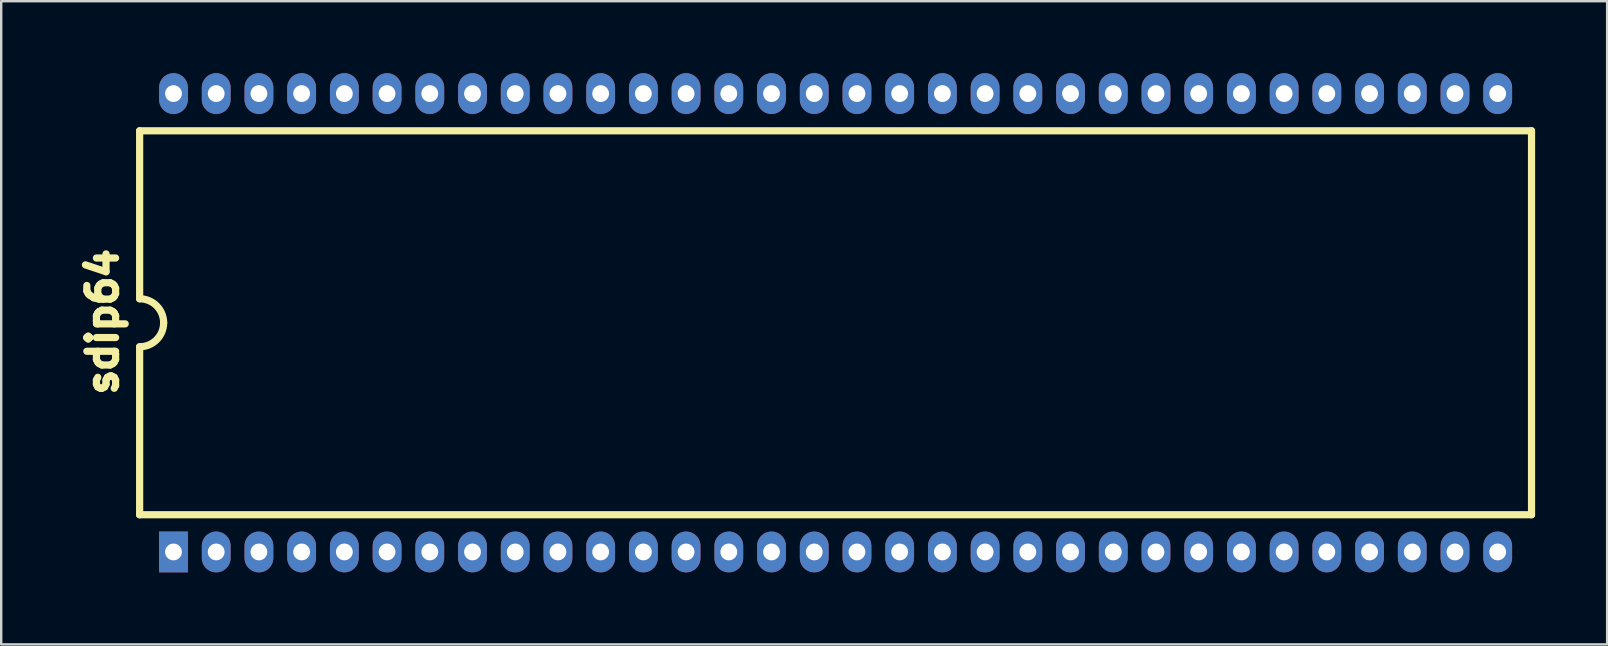
<source format=kicad_pcb>
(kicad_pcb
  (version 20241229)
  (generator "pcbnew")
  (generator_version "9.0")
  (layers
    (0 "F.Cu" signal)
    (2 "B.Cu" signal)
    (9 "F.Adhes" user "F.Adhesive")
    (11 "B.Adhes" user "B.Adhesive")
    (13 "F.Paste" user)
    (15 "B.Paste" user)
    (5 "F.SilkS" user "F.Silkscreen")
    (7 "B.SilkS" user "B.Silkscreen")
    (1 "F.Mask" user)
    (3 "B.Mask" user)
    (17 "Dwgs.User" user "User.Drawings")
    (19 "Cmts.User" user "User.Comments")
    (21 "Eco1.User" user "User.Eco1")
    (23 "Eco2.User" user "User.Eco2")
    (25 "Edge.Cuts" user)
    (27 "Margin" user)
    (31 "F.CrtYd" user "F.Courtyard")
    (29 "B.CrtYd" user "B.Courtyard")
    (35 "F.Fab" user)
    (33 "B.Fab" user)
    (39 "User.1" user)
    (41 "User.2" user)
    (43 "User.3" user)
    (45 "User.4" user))
  (footprint "sdip64"
    (layer "F.Cu")
    (at 31.769 10.4)
    (property "Reference" "sdip64" (at -30.541 -0.041 90) (layer "F.SilkS") (effects (font (size 1.2 1.2) (thickness 0.3))))
    (attr through_hole)
    (fp_line (start -29 -8) (end -29 -1) (stroke (width 0.3) (type solid)) (layer "F.SilkS"))
    (fp_line (start -29 1) (end -29 8) (stroke (width 0.3) (type solid)) (layer "F.SilkS"))
    (fp_line (start -29 8) (end 29 8) (stroke (width 0.3) (type solid)) (layer "F.SilkS"))
    (fp_line (start 29 -8) (end -29 -8) (stroke (width 0.3) (type solid)) (layer "F.SilkS"))
    (fp_line (start 29 8) (end 29 -8) (stroke (width 0.3) (type solid)) (layer "F.SilkS"))
    (fp_arc (start -29 -1) (mid -28.292893 -0.707107) (end -28 0) (stroke (width 0.3) (type solid)) (layer "F.SilkS"))
    (fp_arc (start -28 0) (mid -28.292893 0.707107) (end -29 1) (stroke (width 0.3) (type solid)) (layer "F.SilkS"))
    (pad "1" thru_hole rect (at -27.59 9.55) (size 1.2 1.7) (drill 0.7) (layers "*.Cu" "*.Mask"))
    (pad "2" thru_hole oval (at -25.81 9.55) (size 1.2 1.7) (drill 0.7) (layers "*.Cu" "*.Mask"))
    (pad "3" thru_hole oval (at -24.03 9.55) (size 1.2 1.7) (drill 0.7) (layers "*.Cu" "*.Mask"))
    (pad "4" thru_hole oval (at -22.25 9.55) (size 1.2 1.7) (drill 0.7) (layers "*.Cu" "*.Mask"))
    (pad "5" thru_hole oval (at -20.47 9.55) (size 1.2 1.7) (drill 0.7) (layers "*.Cu" "*.Mask"))
    (pad "6" thru_hole oval (at -18.69 9.55) (size 1.2 1.7) (drill 0.7) (layers "*.Cu" "*.Mask"))
    (pad "7" thru_hole oval (at -16.91 9.55) (size 1.2 1.7) (drill 0.7) (layers "*.Cu" "*.Mask"))
    (pad "8" thru_hole oval (at -15.13 9.55) (size 1.2 1.7) (drill 0.7) (layers "*.Cu" "*.Mask"))
    (pad "9" thru_hole oval (at -13.35 9.55) (size 1.2 1.7) (drill 0.7) (layers "*.Cu" "*.Mask"))
    (pad "10" thru_hole oval (at -11.57 9.55) (size 1.2 1.7) (drill 0.7) (layers "*.Cu" "*.Mask"))
    (pad "11" thru_hole oval (at -9.79 9.55) (size 1.2 1.7) (drill 0.7) (layers "*.Cu" "*.Mask"))
    (pad "12" thru_hole oval (at -8.01 9.55) (size 1.2 1.7) (drill 0.7) (layers "*.Cu" "*.Mask"))
    (pad "13" thru_hole oval (at -6.23 9.55) (size 1.2 1.7) (drill 0.7) (layers "*.Cu" "*.Mask"))
    (pad "14" thru_hole oval (at -4.45 9.55) (size 1.2 1.7) (drill 0.7) (layers "*.Cu" "*.Mask"))
    (pad "15" thru_hole oval (at -2.67 9.55) (size 1.2 1.7) (drill 0.7) (layers "*.Cu" "*.Mask"))
    (pad "16" thru_hole oval (at -0.89 9.55) (size 1.2 1.7) (drill 0.7) (layers "*.Cu" "*.Mask"))
    (pad "17" thru_hole oval (at 0.89 9.55) (size 1.2 1.7) (drill 0.7) (layers "*.Cu" "*.Mask"))
    (pad "18" thru_hole oval (at 2.67 9.55) (size 1.2 1.7) (drill 0.7) (layers "*.Cu" "*.Mask"))
    (pad "19" thru_hole oval (at 4.45 9.55) (size 1.2 1.7) (drill 0.7) (layers "*.Cu" "*.Mask"))
    (pad "20" thru_hole oval (at 6.23 9.55) (size 1.2 1.7) (drill 0.7) (layers "*.Cu" "*.Mask"))
    (pad "21" thru_hole oval (at 8.01 9.55) (size 1.2 1.7) (drill 0.7) (layers "*.Cu" "*.Mask"))
    (pad "22" thru_hole oval (at 9.79 9.55) (size 1.2 1.7) (drill 0.7) (layers "*.Cu" "*.Mask"))
    (pad "23" thru_hole oval (at 11.57 9.55) (size 1.2 1.7) (drill 0.7) (layers "*.Cu" "*.Mask"))
    (pad "24" thru_hole oval (at 13.35 9.55) (size 1.2 1.7) (drill 0.7) (layers "*.Cu" "*.Mask"))
    (pad "25" thru_hole oval (at 15.13 9.55) (size 1.2 1.7) (drill 0.7) (layers "*.Cu" "*.Mask"))
    (pad "26" thru_hole oval (at 16.91 9.55) (size 1.2 1.7) (drill 0.7) (layers "*.Cu" "*.Mask"))
    (pad "27" thru_hole oval (at 18.69 9.55) (size 1.2 1.7) (drill 0.7) (layers "*.Cu" "*.Mask"))
    (pad "28" thru_hole oval (at 20.47 9.55) (size 1.2 1.7) (drill 0.7) (layers "*.Cu" "*.Mask"))
    (pad "29" thru_hole oval (at 22.25 9.55) (size 1.2 1.7) (drill 0.7) (layers "*.Cu" "*.Mask"))
    (pad "30" thru_hole oval (at 24.03 9.55) (size 1.2 1.7) (drill 0.7) (layers "*.Cu" "*.Mask"))
    (pad "31" thru_hole oval (at 25.81 9.55) (size 1.2 1.7) (drill 0.7) (layers "*.Cu" "*.Mask"))
    (pad "32" thru_hole oval (at 27.59 9.55) (size 1.2 1.7) (drill 0.7) (layers "*.Cu" "*.Mask"))
    (pad "33" thru_hole oval (at 27.59 -9.55) (size 1.2 1.7) (drill 0.7) (layers "*.Cu" "*.Mask"))
    (pad "34" thru_hole oval (at 25.81 -9.55) (size 1.2 1.7) (drill 0.7) (layers "*.Cu" "*.Mask"))
    (pad "35" thru_hole oval (at 24.03 -9.55) (size 1.2 1.7) (drill 0.7) (layers "*.Cu" "*.Mask"))
    (pad "36" thru_hole oval (at 22.25 -9.55) (size 1.2 1.7) (drill 0.7) (layers "*.Cu" "*.Mask"))
    (pad "37" thru_hole oval (at 20.47 -9.55) (size 1.2 1.7) (drill 0.7) (layers "*.Cu" "*.Mask"))
    (pad "38" thru_hole oval (at 18.69 -9.55) (size 1.2 1.7) (drill 0.7) (layers "*.Cu" "*.Mask"))
    (pad "39" thru_hole oval (at 16.91 -9.55) (size 1.2 1.7) (drill 0.7) (layers "*.Cu" "*.Mask"))
    (pad "40" thru_hole oval (at 15.13 -9.55) (size 1.2 1.7) (drill 0.7) (layers "*.Cu" "*.Mask"))
    (pad "41" thru_hole oval (at 13.35 -9.55) (size 1.2 1.7) (drill 0.7) (layers "*.Cu" "*.Mask"))
    (pad "42" thru_hole oval (at 11.57 -9.55) (size 1.2 1.7) (drill 0.7) (layers "*.Cu" "*.Mask"))
    (pad "43" thru_hole oval (at 9.79 -9.55) (size 1.2 1.7) (drill 0.7) (layers "*.Cu" "*.Mask"))
    (pad "44" thru_hole oval (at 8.01 -9.55) (size 1.2 1.7) (drill 0.7) (layers "*.Cu" "*.Mask"))
    (pad "45" thru_hole oval (at 6.23 -9.55) (size 1.2 1.7) (drill 0.7) (layers "*.Cu" "*.Mask"))
    (pad "46" thru_hole oval (at 4.45 -9.55) (size 1.2 1.7) (drill 0.7) (layers "*.Cu" "*.Mask"))
    (pad "47" thru_hole oval (at 2.67 -9.55) (size 1.2 1.7) (drill 0.7) (layers "*.Cu" "*.Mask"))
    (pad "48" thru_hole oval (at 0.89 -9.55) (size 1.2 1.7) (drill 0.7) (layers "*.Cu" "*.Mask"))
    (pad "49" thru_hole oval (at -0.89 -9.55) (size 1.2 1.7) (drill 0.7) (layers "*.Cu" "*.Mask"))
    (pad "50" thru_hole oval (at -2.67 -9.55) (size 1.2 1.7) (drill 0.7) (layers "*.Cu" "*.Mask"))
    (pad "51" thru_hole oval (at -4.45 -9.55) (size 1.2 1.7) (drill 0.7) (layers "*.Cu" "*.Mask"))
    (pad "52" thru_hole oval (at -6.23 -9.55) (size 1.2 1.7) (drill 0.7) (layers "*.Cu" "*.Mask"))
    (pad "53" thru_hole oval (at -8.01 -9.55) (size 1.2 1.7) (drill 0.7) (layers "*.Cu" "*.Mask"))
    (pad "54" thru_hole oval (at -9.79 -9.55) (size 1.2 1.7) (drill 0.7) (layers "*.Cu" "*.Mask"))
    (pad "55" thru_hole oval (at -11.57 -9.55) (size 1.2 1.7) (drill 0.7) (layers "*.Cu" "*.Mask"))
    (pad "56" thru_hole oval (at -13.35 -9.55) (size 1.2 1.7) (drill 0.7) (layers "*.Cu" "*.Mask"))
    (pad "57" thru_hole oval (at -15.13 -9.55) (size 1.2 1.7) (drill 0.7) (layers "*.Cu" "*.Mask"))
    (pad "58" thru_hole oval (at -16.91 -9.55) (size 1.2 1.7) (drill 0.7) (layers "*.Cu" "*.Mask"))
    (pad "59" thru_hole oval (at -18.69 -9.55) (size 1.2 1.7) (drill 0.7) (layers "*.Cu" "*.Mask"))
    (pad "60" thru_hole oval (at -20.47 -9.55) (size 1.2 1.7) (drill 0.7) (layers "*.Cu" "*.Mask"))
    (pad "61" thru_hole oval (at -22.25 -9.55) (size 1.2 1.7) (drill 0.7) (layers "*.Cu" "*.Mask"))
    (pad "62" thru_hole oval (at -24.03 -9.55) (size 1.2 1.7) (drill 0.7) (layers "*.Cu" "*.Mask"))
    (pad "63" thru_hole oval (at -25.81 -9.55) (size 1.2 1.7) (drill 0.7) (layers "*.Cu" "*.Mask"))
    (pad "64" thru_hole oval (at -27.59 -9.55) (size 1.2 1.7) (drill 0.7) (layers "*.Cu" "*.Mask")))
  (gr_rect
    (start -3 -3)
    (end 63.919 23.801)
    (stroke (width 0.1) (type default))
    (fill no)
    (layer "Edge.Cuts")))
</source>
